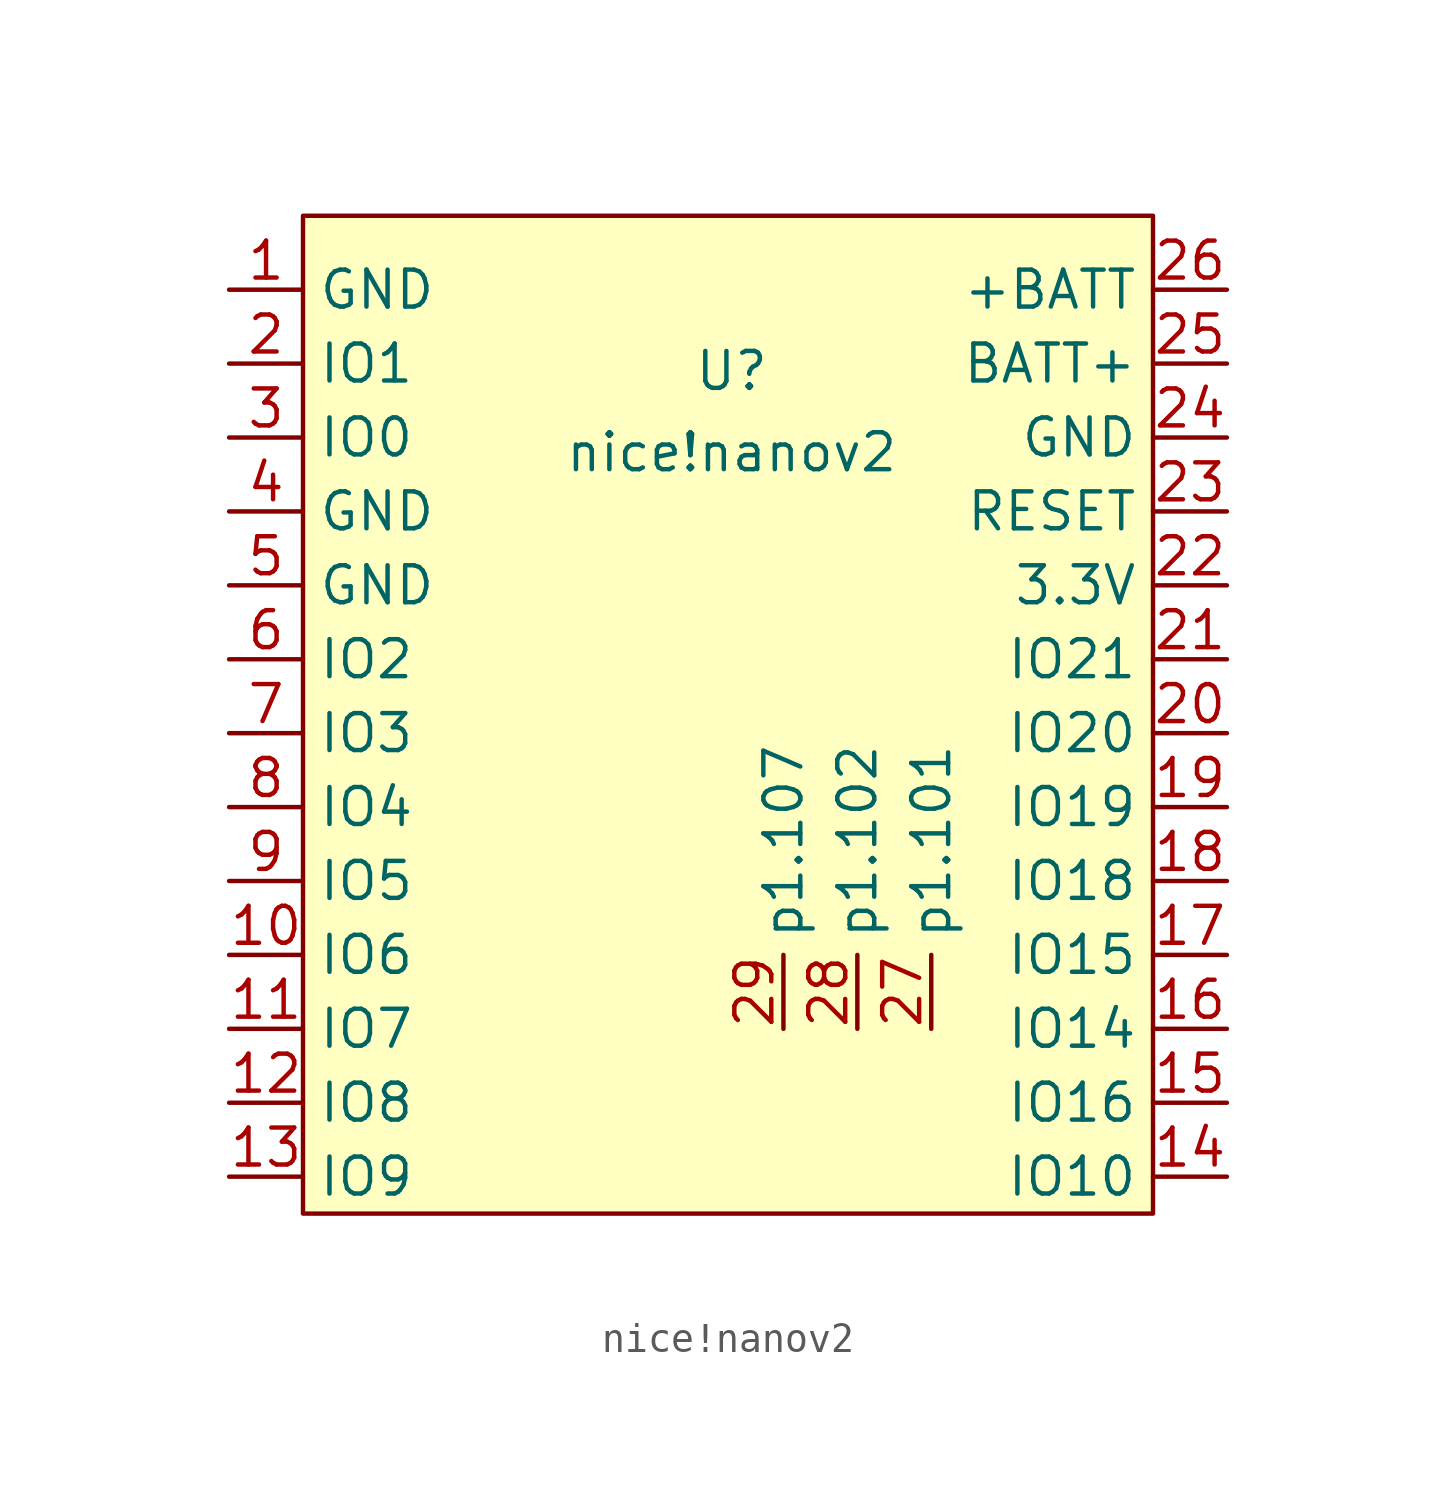
<source format=kicad_sym>
(kicad_symbol_lib
  (version 20241209)
  (generator "kicad_symbol_editor")
  (generator_version "9.0")
  (symbol "nice!nanov2"
    (property "Reference" "U"
      (at -0.508 12.446 0)
      (effects (font (size 1.27 1.27))))
    (property "Value" "nice!nanov2"
      (at -0.508 9.652 0)
      (effects (font (size 1.27 1.27))))
    (symbol "nice!nanov2_1_1"
      (rectangle (start -15.24 17.78) (end 13.97 -16.51) (stroke (width 0) (type solid)) (fill (type background)))
      (pin input line (at -17.78 15.24 0) (length 2.54) (name "GND" (effects (font (size 1.27 1.27)))) (number "1" (effects (font (size 1.27 1.27)))))
      (pin input line (at -17.78 12.7 0) (length 2.54) (name "IO1" (effects (font (size 1.27 1.27)))) (number "2" (effects (font (size 1.27 1.27)))))
      (pin input line (at -17.78 10.16 0) (length 2.54) (name "IO0" (effects (font (size 1.27 1.27)))) (number "3" (effects (font (size 1.27 1.27)))))
      (pin input line (at -17.78 7.62 0) (length 2.54) (name "GND" (effects (font (size 1.27 1.27)))) (number "4" (effects (font (size 1.27 1.27)))))
      (pin input line (at -17.78 5.08 0) (length 2.54) (name "GND" (effects (font (size 1.27 1.27)))) (number "5" (effects (font (size 1.27 1.27)))))
      (pin input line (at -17.78 2.54 0) (length 2.54) (name "IO2" (effects (font (size 1.27 1.27)))) (number "6" (effects (font (size 1.27 1.27)))))
      (pin input line (at -17.78 0 0) (length 2.54) (name "IO3" (effects (font (size 1.27 1.27)))) (number "7" (effects (font (size 1.27 1.27)))))
      (pin input line (at -17.78 -2.54 0) (length 2.54) (name "IO4" (effects (font (size 1.27 1.27)))) (number "8" (effects (font (size 1.27 1.27)))))
      (pin input line (at -17.78 -5.08 0) (length 2.54) (name "IO5" (effects (font (size 1.27 1.27)))) (number "9" (effects (font (size 1.27 1.27)))))
      (pin input line (at -17.78 -7.62 0) (length 2.54) (name "IO6" (effects (font (size 1.27 1.27)))) (number "10" (effects (font (size 1.27 1.27)))))
      (pin input line (at -17.78 -10.16 0) (length 2.54) (name "IO7" (effects (font (size 1.27 1.27)))) (number "11" (effects (font (size 1.27 1.27)))))
      (pin input line (at -17.78 -12.7 0) (length 2.54) (name "IO8" (effects (font (size 1.27 1.27)))) (number "12" (effects (font (size 1.27 1.27)))))
      (pin input line (at -17.78 -15.24 0) (length 2.54) (name "IO9" (effects (font (size 1.27 1.27)))) (number "13" (effects (font (size 1.27 1.27)))))
      (pin input line (at 1.27 -10.16 90) (length 2.54) (name "p1.107" (effects (font (size 1.27 1.27)))) (number "29" (effects (font (size 1.27 1.27)))))
      (pin input line (at 3.81 -10.16 90) (length 2.54) (name "p1.102" (effects (font (size 1.27 1.27)))) (number "28" (effects (font (size 1.27 1.27)))))
      (pin input line (at 6.35 -10.16 90) (length 2.54) (name "p1.101" (effects (font (size 1.27 1.27)))) (number "27" (effects (font (size 1.27 1.27)))))
      (pin input line (at 16.51 15.24 180) (length 2.54) (name "+BATT" (effects (font (size 1.27 1.27)))) (number "26" (effects (font (size 1.27 1.27)))))
      (pin input line (at 16.51 12.7 180) (length 2.54) (name "BATT+" (effects (font (size 1.27 1.27)))) (number "25" (effects (font (size 1.27 1.27)))))
      (pin input line (at 16.51 10.16 180) (length 2.54) (name "GND" (effects (font (size 1.27 1.27)))) (number "24" (effects (font (size 1.27 1.27)))))
      (pin input line (at 16.51 7.62 180) (length 2.54) (name "RESET" (effects (font (size 1.27 1.27)))) (number "23" (effects (font (size 1.27 1.27)))))
      (pin input line (at 16.51 5.08 180) (length 2.54) (name "3.3V" (effects (font (size 1.27 1.27)))) (number "22" (effects (font (size 1.27 1.27)))))
      (pin input line (at 16.51 2.54 180) (length 2.54) (name "IO21" (effects (font (size 1.27 1.27)))) (number "21" (effects (font (size 1.27 1.27)))))
      (pin input line (at 16.51 0 180) (length 2.54) (name "IO20" (effects (font (size 1.27 1.27)))) (number "20" (effects (font (size 1.27 1.27)))))
      (pin input line (at 16.51 -2.54 180) (length 2.54) (name "IO19" (effects (font (size 1.27 1.27)))) (number "19" (effects (font (size 1.27 1.27)))))
      (pin input line (at 16.51 -5.08 180) (length 2.54) (name "IO18" (effects (font (size 1.27 1.27)))) (number "18" (effects (font (size 1.27 1.27)))))
      (pin input line (at 16.51 -7.62 180) (length 2.54) (name "IO15" (effects (font (size 1.27 1.27)))) (number "17" (effects (font (size 1.27 1.27)))))
      (pin input line (at 16.51 -10.16 180) (length 2.54) (name "IO14" (effects (font (size 1.27 1.27)))) (number "16" (effects (font (size 1.27 1.27)))))
      (pin input line (at 16.51 -12.7 180) (length 2.54) (name "IO16" (effects (font (size 1.27 1.27)))) (number "15" (effects (font (size 1.27 1.27)))))
      (pin input line (at 16.51 -15.24 180) (length 2.54) (name "IO10" (effects (font (size 1.27 1.27)))) (number "14" (effects (font (size 1.27 1.27))))))))
</source>
